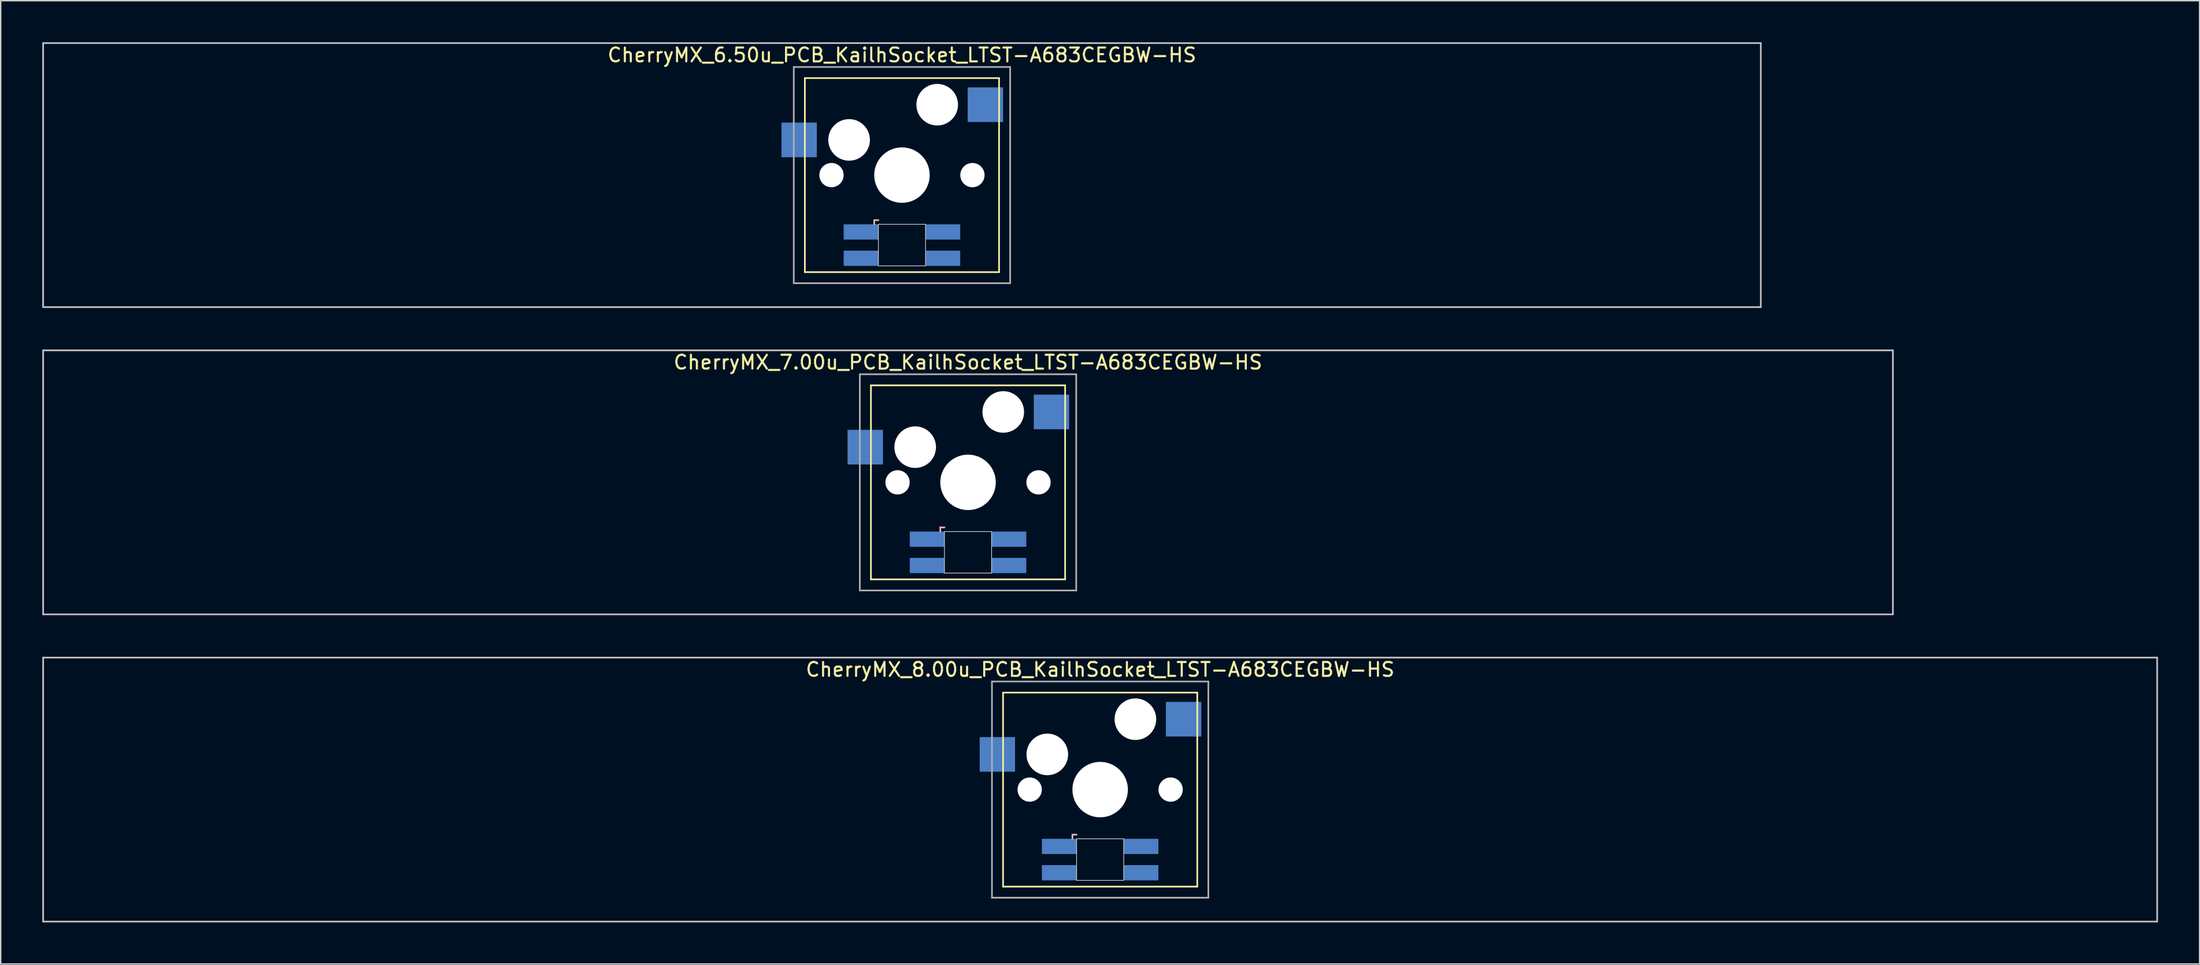
<source format=kicad_pcb>
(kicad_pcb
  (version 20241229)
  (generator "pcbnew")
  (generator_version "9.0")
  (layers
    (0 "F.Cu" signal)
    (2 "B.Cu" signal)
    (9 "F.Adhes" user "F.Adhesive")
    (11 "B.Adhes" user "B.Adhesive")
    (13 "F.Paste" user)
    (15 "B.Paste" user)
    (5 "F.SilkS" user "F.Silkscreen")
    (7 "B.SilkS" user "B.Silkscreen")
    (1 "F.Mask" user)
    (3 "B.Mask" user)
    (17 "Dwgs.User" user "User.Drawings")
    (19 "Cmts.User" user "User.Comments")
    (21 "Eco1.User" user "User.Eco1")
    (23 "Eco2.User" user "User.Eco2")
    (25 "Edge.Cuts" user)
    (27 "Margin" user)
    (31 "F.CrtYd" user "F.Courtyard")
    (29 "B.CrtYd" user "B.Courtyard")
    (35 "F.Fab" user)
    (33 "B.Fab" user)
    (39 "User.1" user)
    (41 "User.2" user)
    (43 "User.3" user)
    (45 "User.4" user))
  (footprint "CherryMX_8.00u_PCB_KailhSocket_LTST-A683CEGBW-HS"
    (layer "F.Cu")
    (at 76.26 53.925)
    (property "Reference" "CherryMX_8.00u_PCB_KailhSocket_LTST-A683CEGBW-HS" (at 0 -8.662 0) (layer "F.SilkS") (effects (font (size 1 1) (thickness 0.15))))
    (attr through_hole)
    (fp_line (start -7 -7) (end -7 7) (stroke (width 0.12) (type solid)) (layer "F.SilkS"))
    (fp_line (start -7 -7) (end 7 -7) (stroke (width 0.12) (type solid)) (layer "F.SilkS"))
    (fp_line (start 7 -7) (end 7 7) (stroke (width 0.12) (type solid)) (layer "F.SilkS"))
    (fp_line (start 7 7) (end -7 7) (stroke (width 0.12) (type solid)) (layer "F.SilkS"))
    (fp_line (start -2 3.25) (end -2 3.55) (stroke (width 0.12) (type solid)) (layer "B.SilkS"))
    (fp_line (start -1.7 3.25) (end -2 3.25) (stroke (width 0.12) (type solid)) (layer "B.SilkS"))
    (fp_line (start -76.2 -9.525) (end 76.2 -9.525) (stroke (width 0.12) (type solid)) (layer "Dwgs.User"))
    (fp_line (start -76.2 9.525) (end -76.2 -9.525) (stroke (width 0.12) (type solid)) (layer "Dwgs.User"))
    (fp_line (start 76.2 -9.525) (end 76.2 9.525) (stroke (width 0.12) (type solid)) (layer "Dwgs.User"))
    (fp_line (start 76.2 9.525) (end -76.2 9.525) (stroke (width 0.12) (type solid)) (layer "Dwgs.User"))
    (fp_line (start -1.7 3.55) (end 1.7 3.55) (stroke (width 0.05) (type solid)) (layer "Edge.Cuts"))
    (fp_line (start -1.7 6.55) (end -1.7 3.55) (stroke (width 0.05) (type solid)) (layer "Edge.Cuts"))
    (fp_line (start 1.7 3.55) (end 1.7 6.55) (stroke (width 0.05) (type solid)) (layer "Edge.Cuts"))
    (fp_line (start 1.7 6.55) (end -1.7 6.55) (stroke (width 0.05) (type solid)) (layer "Edge.Cuts"))
    (fp_line (start -7.8 -7.8) (end -7.8 7.8) (stroke (width 0.12) (type solid)) (layer "F.Fab"))
    (fp_line (start -7.8 -7.8) (end 7.8 -7.8) (stroke (width 0.12) (type solid)) (layer "F.Fab"))
    (fp_line (start -7.8 7.8) (end 7.8 7.8) (stroke (width 0.12) (type solid)) (layer "F.Fab"))
    (fp_line (start 7.8 -7.8) (end 7.8 7.8) (stroke (width 0.12) (type solid)) (layer "F.Fab"))
    (pad "" np_thru_hole circle (at -5.08 0) (size 1.75 1.75) (drill 1.75) (layers "*.Cu" "*.Mask"))
    (pad "" np_thru_hole circle (at -3.81 -2.54) (size 3 3) (drill 3) (layers "*.Cu" "*.Mask"))
    (pad "" np_thru_hole circle (at 0 0) (size 4 4) (drill 4) (layers "*.Cu" "*.Mask"))
    (pad "" np_thru_hole circle (at 2.54 -5.08) (size 3 3) (drill 3) (layers "*.Cu" "*.Mask"))
    (pad "" np_thru_hole circle (at 5.08 0) (size 1.75 1.75) (drill 1.75) (layers "*.Cu" "*.Mask"))
    (pad "1" smd rect (at -7.41 -2.54) (size 2.55 2.5) (layers "B.Cu" "B.Mask" "B.Paste"))
    (pad "2" smd rect (at 6.015 -5.08) (size 2.55 2.5) (layers "B.Cu" "B.Mask" "B.Paste"))
    (pad "3" smd rect (at -2.95 4.1) (size 2.5 1.1) (layers "B.Cu" "B.Mask" "B.Paste"))
    (pad "4" smd rect (at -2.95 6) (size 2.5 1.1) (layers "B.Cu" "B.Mask" "B.Paste"))
    (pad "5" smd rect (at 2.95 4.1) (size 2.5 1.1) (layers "B.Cu" "B.Mask" "B.Paste"))
    (pad "6" smd rect (at 2.95 6) (size 2.5 1.1) (layers "B.Cu" "B.Mask" "B.Paste")))
  (footprint "CherryMX_7.00u_PCB_KailhSocket_LTST-A683CEGBW-HS"
    (layer "F.Cu")
    (at 66.735 31.755)
    (property "Reference" "CherryMX_7.00u_PCB_KailhSocket_LTST-A683CEGBW-HS" (at 0 -8.662 0) (layer "F.SilkS") (effects (font (size 1 1) (thickness 0.15))))
    (attr through_hole)
    (fp_line (start -7 -7) (end -7 7) (stroke (width 0.12) (type solid)) (layer "F.SilkS"))
    (fp_line (start -7 -7) (end 7 -7) (stroke (width 0.12) (type solid)) (layer "F.SilkS"))
    (fp_line (start 7 -7) (end 7 7) (stroke (width 0.12) (type solid)) (layer "F.SilkS"))
    (fp_line (start 7 7) (end -7 7) (stroke (width 0.12) (type solid)) (layer "F.SilkS"))
    (fp_line (start -2 3.25) (end -2 3.55) (stroke (width 0.12) (type solid)) (layer "B.SilkS"))
    (fp_line (start -1.7 3.25) (end -2 3.25) (stroke (width 0.12) (type solid)) (layer "B.SilkS"))
    (fp_line (start -66.675 -9.525) (end 66.675 -9.525) (stroke (width 0.12) (type solid)) (layer "Dwgs.User"))
    (fp_line (start -66.675 9.525) (end -66.675 -9.525) (stroke (width 0.12) (type solid)) (layer "Dwgs.User"))
    (fp_line (start 66.675 -9.525) (end 66.675 9.525) (stroke (width 0.12) (type solid)) (layer "Dwgs.User"))
    (fp_line (start 66.675 9.525) (end -66.675 9.525) (stroke (width 0.12) (type solid)) (layer "Dwgs.User"))
    (fp_line (start -1.7 3.55) (end 1.7 3.55) (stroke (width 0.05) (type solid)) (layer "Edge.Cuts"))
    (fp_line (start -1.7 6.55) (end -1.7 3.55) (stroke (width 0.05) (type solid)) (layer "Edge.Cuts"))
    (fp_line (start 1.7 3.55) (end 1.7 6.55) (stroke (width 0.05) (type solid)) (layer "Edge.Cuts"))
    (fp_line (start 1.7 6.55) (end -1.7 6.55) (stroke (width 0.05) (type solid)) (layer "Edge.Cuts"))
    (fp_line (start -7.8 -7.8) (end -7.8 7.8) (stroke (width 0.12) (type solid)) (layer "F.Fab"))
    (fp_line (start -7.8 -7.8) (end 7.8 -7.8) (stroke (width 0.12) (type solid)) (layer "F.Fab"))
    (fp_line (start -7.8 7.8) (end 7.8 7.8) (stroke (width 0.12) (type solid)) (layer "F.Fab"))
    (fp_line (start 7.8 -7.8) (end 7.8 7.8) (stroke (width 0.12) (type solid)) (layer "F.Fab"))
    (pad "" np_thru_hole circle (at -5.08 0) (size 1.75 1.75) (drill 1.75) (layers "*.Cu" "*.Mask"))
    (pad "" np_thru_hole circle (at -3.81 -2.54) (size 3 3) (drill 3) (layers "*.Cu" "*.Mask"))
    (pad "" np_thru_hole circle (at 0 0) (size 4 4) (drill 4) (layers "*.Cu" "*.Mask"))
    (pad "" np_thru_hole circle (at 2.54 -5.08) (size 3 3) (drill 3) (layers "*.Cu" "*.Mask"))
    (pad "" np_thru_hole circle (at 5.08 0) (size 1.75 1.75) (drill 1.75) (layers "*.Cu" "*.Mask"))
    (pad "1" smd rect (at -7.41 -2.54) (size 2.55 2.5) (layers "B.Cu" "B.Mask" "B.Paste"))
    (pad "2" smd rect (at 6.015 -5.08) (size 2.55 2.5) (layers "B.Cu" "B.Mask" "B.Paste"))
    (pad "3" smd rect (at -2.95 4.1) (size 2.5 1.1) (layers "B.Cu" "B.Mask" "B.Paste"))
    (pad "4" smd rect (at -2.95 6) (size 2.5 1.1) (layers "B.Cu" "B.Mask" "B.Paste"))
    (pad "5" smd rect (at 2.95 4.1) (size 2.5 1.1) (layers "B.Cu" "B.Mask" "B.Paste"))
    (pad "6" smd rect (at 2.95 6) (size 2.5 1.1) (layers "B.Cu" "B.Mask" "B.Paste")))
  (footprint "CherryMX_6.50u_PCB_KailhSocket_LTST-A683CEGBW-HS"
    (layer "F.Cu")
    (at 61.972 9.585)
    (property "Reference" "CherryMX_6.50u_PCB_KailhSocket_LTST-A683CEGBW-HS" (at 0 -8.662 0) (layer "F.SilkS") (effects (font (size 1 1) (thickness 0.15))))
    (attr through_hole)
    (fp_line (start -7 -7) (end -7 7) (stroke (width 0.12) (type solid)) (layer "F.SilkS"))
    (fp_line (start -7 -7) (end 7 -7) (stroke (width 0.12) (type solid)) (layer "F.SilkS"))
    (fp_line (start 7 -7) (end 7 7) (stroke (width 0.12) (type solid)) (layer "F.SilkS"))
    (fp_line (start 7 7) (end -7 7) (stroke (width 0.12) (type solid)) (layer "F.SilkS"))
    (fp_line (start -2 3.25) (end -2 3.55) (stroke (width 0.12) (type solid)) (layer "B.SilkS"))
    (fp_line (start -1.7 3.25) (end -2 3.25) (stroke (width 0.12) (type solid)) (layer "B.SilkS"))
    (fp_line (start -61.913 -9.525) (end 61.913 -9.525) (stroke (width 0.12) (type solid)) (layer "Dwgs.User"))
    (fp_line (start -61.913 9.525) (end -61.913 -9.525) (stroke (width 0.12) (type solid)) (layer "Dwgs.User"))
    (fp_line (start 61.913 -9.525) (end 61.913 9.525) (stroke (width 0.12) (type solid)) (layer "Dwgs.User"))
    (fp_line (start 61.913 9.525) (end -61.913 9.525) (stroke (width 0.12) (type solid)) (layer "Dwgs.User"))
    (fp_line (start -1.7 3.55) (end 1.7 3.55) (stroke (width 0.05) (type solid)) (layer "Edge.Cuts"))
    (fp_line (start -1.7 6.55) (end -1.7 3.55) (stroke (width 0.05) (type solid)) (layer "Edge.Cuts"))
    (fp_line (start 1.7 3.55) (end 1.7 6.55) (stroke (width 0.05) (type solid)) (layer "Edge.Cuts"))
    (fp_line (start 1.7 6.55) (end -1.7 6.55) (stroke (width 0.05) (type solid)) (layer "Edge.Cuts"))
    (fp_line (start -7.8 -7.8) (end -7.8 7.8) (stroke (width 0.12) (type solid)) (layer "F.Fab"))
    (fp_line (start -7.8 -7.8) (end 7.8 -7.8) (stroke (width 0.12) (type solid)) (layer "F.Fab"))
    (fp_line (start -7.8 7.8) (end 7.8 7.8) (stroke (width 0.12) (type solid)) (layer "F.Fab"))
    (fp_line (start 7.8 -7.8) (end 7.8 7.8) (stroke (width 0.12) (type solid)) (layer "F.Fab"))
    (pad "" np_thru_hole circle (at -5.08 0) (size 1.75 1.75) (drill 1.75) (layers "*.Cu" "*.Mask"))
    (pad "" np_thru_hole circle (at -3.81 -2.54) (size 3 3) (drill 3) (layers "*.Cu" "*.Mask"))
    (pad "" np_thru_hole circle (at 0 0) (size 4 4) (drill 4) (layers "*.Cu" "*.Mask"))
    (pad "" np_thru_hole circle (at 2.54 -5.08) (size 3 3) (drill 3) (layers "*.Cu" "*.Mask"))
    (pad "" np_thru_hole circle (at 5.08 0) (size 1.75 1.75) (drill 1.75) (layers "*.Cu" "*.Mask"))
    (pad "1" smd rect (at -7.41 -2.54) (size 2.55 2.5) (layers "B.Cu" "B.Mask" "B.Paste"))
    (pad "2" smd rect (at 6.015 -5.08) (size 2.55 2.5) (layers "B.Cu" "B.Mask" "B.Paste"))
    (pad "3" smd rect (at -2.95 4.1) (size 2.5 1.1) (layers "B.Cu" "B.Mask" "B.Paste"))
    (pad "4" smd rect (at -2.95 6) (size 2.5 1.1) (layers "B.Cu" "B.Mask" "B.Paste"))
    (pad "5" smd rect (at 2.95 4.1) (size 2.5 1.1) (layers "B.Cu" "B.Mask" "B.Paste"))
    (pad "6" smd rect (at 2.95 6) (size 2.5 1.1) (layers "B.Cu" "B.Mask" "B.Paste")))
  (gr_rect
    (start -3 -3)
    (end 155.52 66.51)
    (stroke (width 0.1) (type default))
    (fill no)
    (layer "Edge.Cuts")))
</source>
